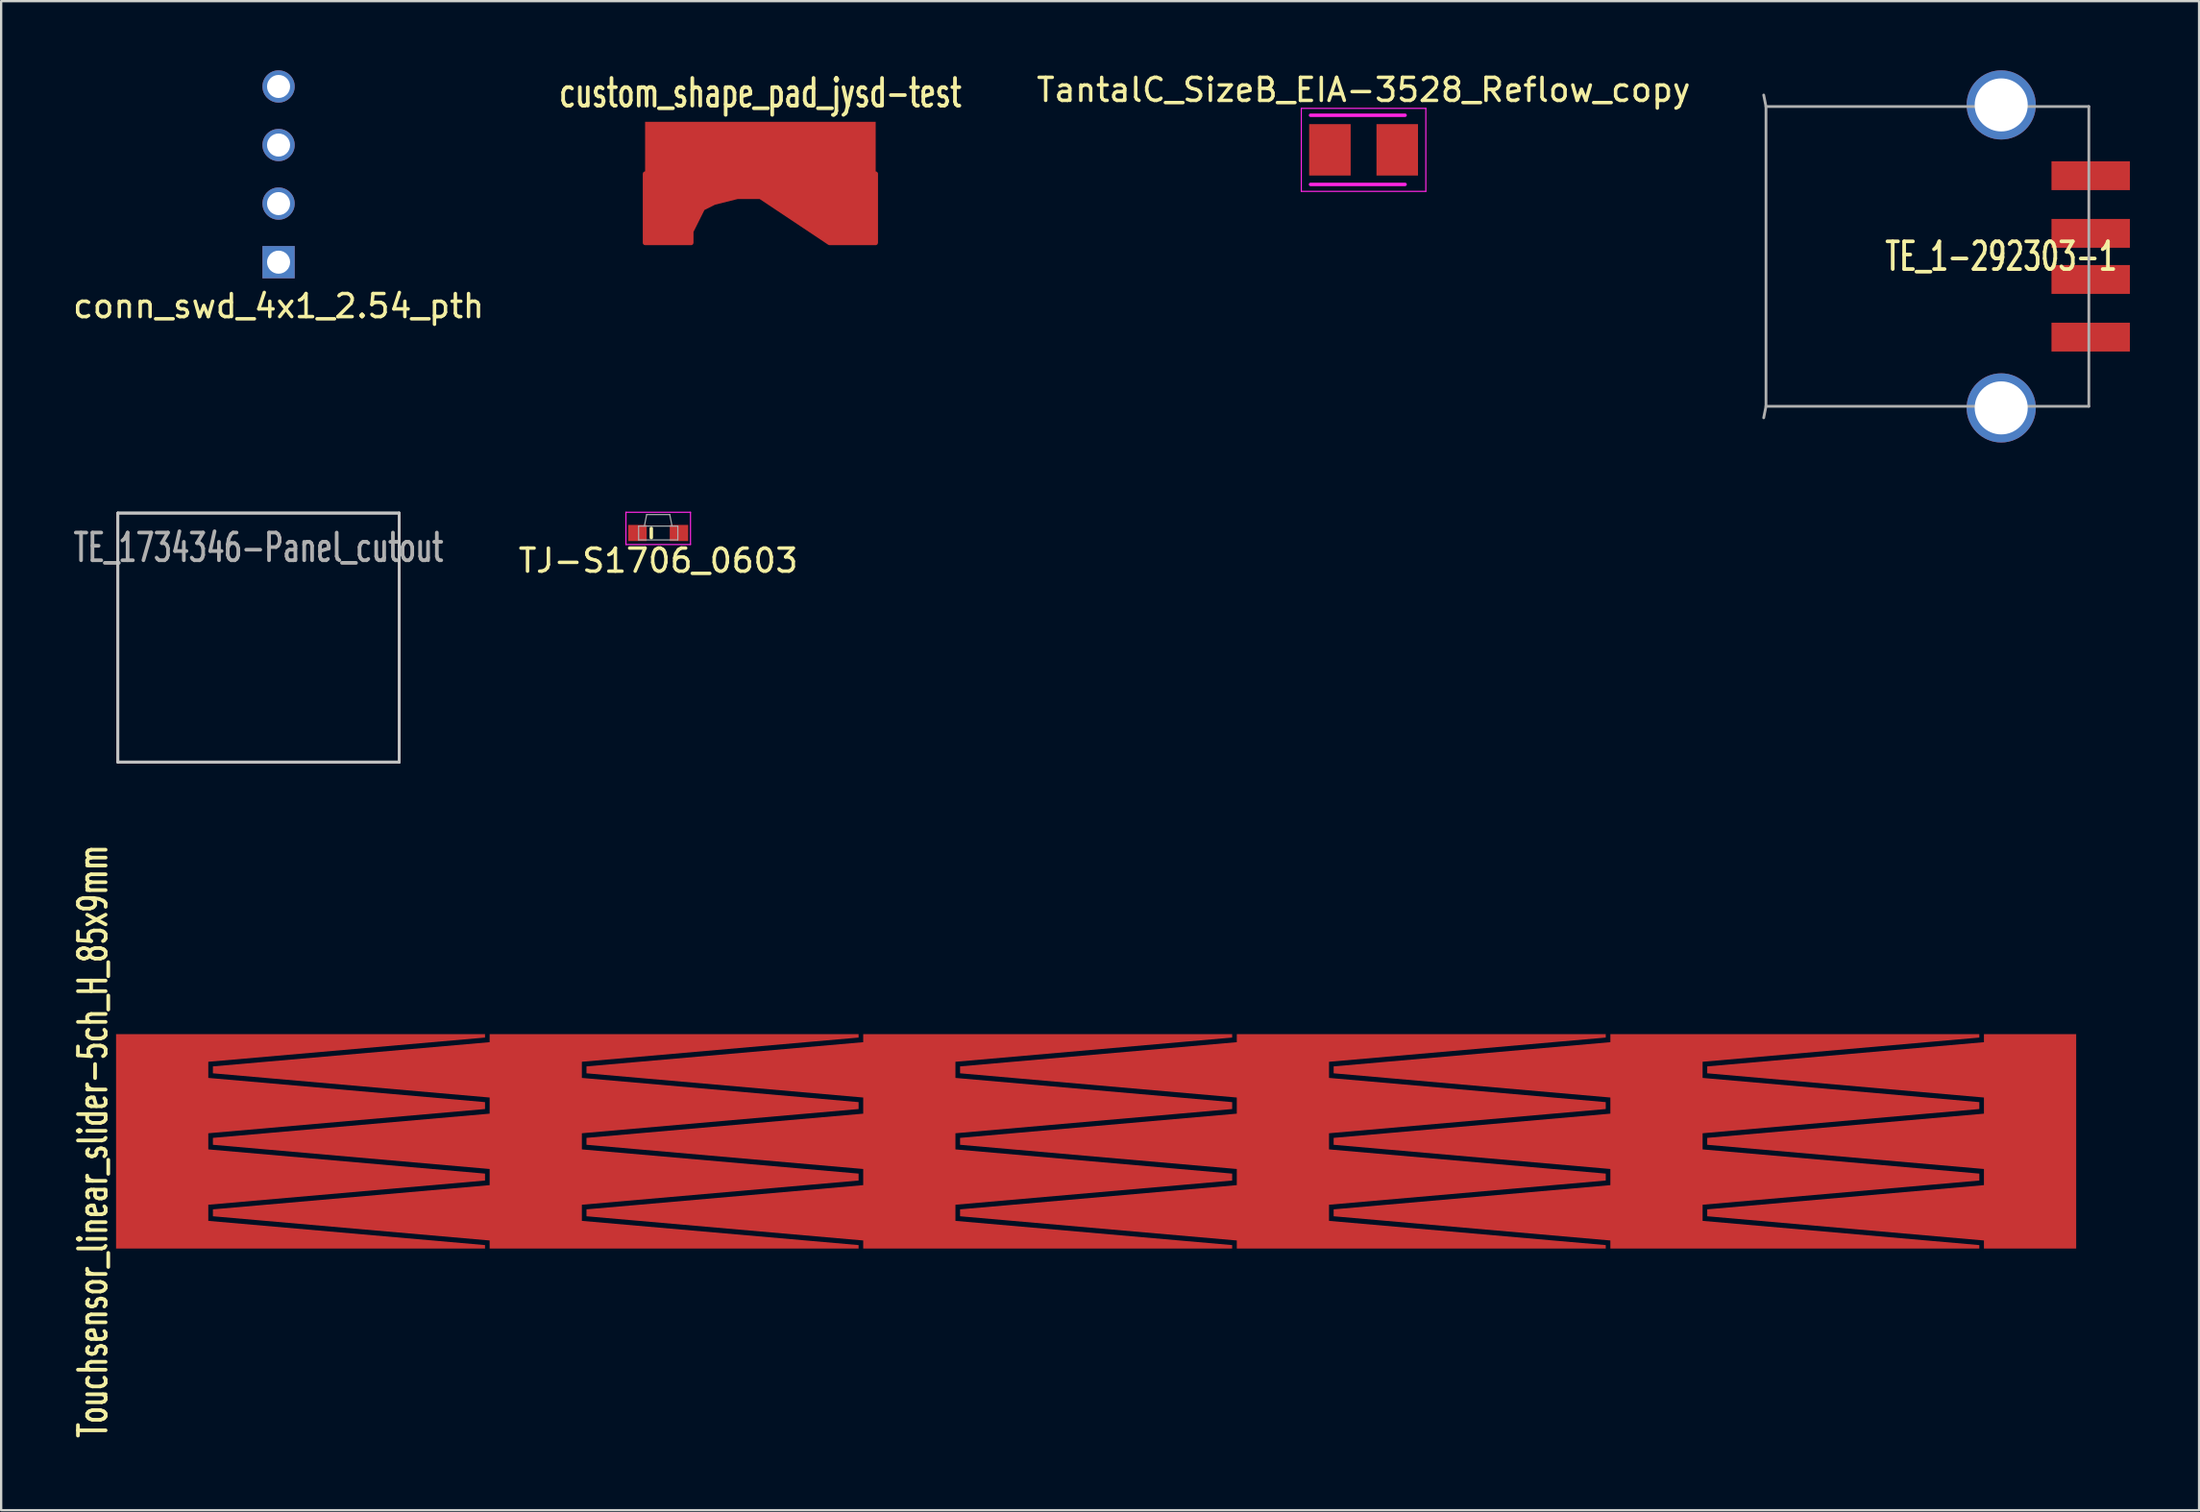
<source format=kicad_pcb>
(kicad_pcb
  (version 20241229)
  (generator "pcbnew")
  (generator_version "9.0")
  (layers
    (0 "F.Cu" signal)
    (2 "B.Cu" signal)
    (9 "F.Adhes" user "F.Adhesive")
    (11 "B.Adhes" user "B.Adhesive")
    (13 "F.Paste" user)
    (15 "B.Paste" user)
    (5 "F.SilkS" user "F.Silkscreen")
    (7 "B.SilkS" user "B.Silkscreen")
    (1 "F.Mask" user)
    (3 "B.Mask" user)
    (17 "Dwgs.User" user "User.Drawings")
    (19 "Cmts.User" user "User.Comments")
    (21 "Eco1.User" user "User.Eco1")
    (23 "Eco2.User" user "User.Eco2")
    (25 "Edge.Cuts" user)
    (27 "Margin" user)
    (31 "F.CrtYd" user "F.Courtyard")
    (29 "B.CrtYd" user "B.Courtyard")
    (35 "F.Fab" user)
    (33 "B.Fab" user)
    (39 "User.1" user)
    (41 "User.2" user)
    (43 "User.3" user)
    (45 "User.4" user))
  (footprint "TE_1734346-Panel_cutout"
    (layer "F.Cu")
    (at 8.16 30.2)
    (property "Reference" "TE_1734346-Panel_cutout" (at 0 -9.5 0) (layer "F.Fab") (effects (font (size 1.2 0.8) (thickness 0.16))))
    (attr through_hole)
    (fp_line (start -6.1 -11) (end -6.1 -0.2) (stroke (width 0.12) (type solid)) (layer "Dwgs.User"))
    (fp_line (start -6.1 -0.2) (end 6.1 -0.2) (stroke (width 0.12) (type solid)) (layer "Dwgs.User"))
    (fp_line (start 6.1 -11) (end -6.1 -11) (stroke (width 0.12) (type solid)) (layer "Dwgs.User"))
    (fp_line (start 6.1 -0.2) (end 6.1 -11) (stroke (width 0.12) (type solid)) (layer "Dwgs.User"))
    (fp_line (start -6.1 -11) (end -6.1 -0.2) (stroke (width 0.12) (type solid)) (layer "Edge.Cuts"))
    (fp_line (start -6.1 -0.2) (end 6.1 -0.2) (stroke (width 0.12) (type solid)) (layer "Edge.Cuts"))
    (fp_line (start 6.1 -11) (end -6.1 -11) (stroke (width 0.12) (type solid)) (layer "Edge.Cuts"))
    (fp_line (start 6.1 -0.2) (end 6.1 -11) (stroke (width 0.12) (type solid)) (layer "Edge.Cuts")))
  (footprint "Touchsensor_linear_slider-5ch_H_85x9mm"
    (layer "F.Cu")
    (at 44.483 46.448)
    (property "Reference" "Touchsensor_linear_slider-5ch_H_85x9mm" (at -43.5 0 90) (layer "F.SilkS") (effects (font (size 1.2 0.8) (thickness 0.16))))
    (attr through_hole)
    (pad "1" smd custom (at -40.5 0) (size 4 9.3) (layers "F.Cu") (options (anchor rect)) (primitives (gr_poly (pts (xy 2 -4.65) (xy 14 -4.65) (xy 14 -4.5) (xy 2 -3.45)) (width 0) (fill yes)) (gr_poly (pts (xy 2 -2.75) (xy 14 -1.7) (xy 14 -1.4) (xy 2 -0.35)) (width 0) (fill yes)) (gr_poly (pts (xy 2 0.35) (xy 14 1.4) (xy 14 1.7) (xy 2 2.75)) (width 0) (fill yes)) (gr_poly (pts (xy 2 3.45) (xy 14 4.5) (xy 14 4.65) (xy 2 4.65)) (width 0) (fill yes))))
    (pad "1" smd custom (at 40.5 0) (size 4 9.3) (layers "F.Cu") (options (anchor rect)) (primitives (gr_poly (pts (xy -2 -1.9) (xy -14 -2.95) (xy -14 -3.25) (xy -2 -4.3)) (width 0) (fill yes)) (gr_poly (pts (xy -2 1.2) (xy -14 0.15) (xy -14 -0.15) (xy -2 -1.2)) (width 0) (fill yes)) (gr_poly (pts (xy -2 4.3) (xy -14 3.25) (xy -14 2.95) (xy -2 1.9)) (width 0) (fill yes))))
    (pad "2" smd custom (at -24.3 0) (size 4 9.3) (layers "F.Cu") (options (anchor rect)) (primitives (gr_poly (pts (xy 2 -4.65) (xy 14 -4.65) (xy 14 -4.5) (xy 2 -3.45)) (width 0) (fill yes)) (gr_poly (pts (xy 2 -2.75) (xy 14 -1.7) (xy 14 -1.4) (xy 2 -0.35)) (width 0) (fill yes)) (gr_poly (pts (xy 2 0.35) (xy 14 1.4) (xy 14 1.7) (xy 2 2.75)) (width 0) (fill yes)) (gr_poly (pts (xy 2 3.45) (xy 14 4.5) (xy 14 4.65) (xy 2 4.65)) (width 0) (fill yes)) (gr_poly (pts (xy -2 -1.9) (xy -14 -2.95) (xy -14 -3.25) (xy -2 -4.3)) (width 0) (fill yes)) (gr_poly (pts (xy -2 1.2) (xy -14 0.15) (xy -14 -0.15) (xy -2 -1.2)) (width 0) (fill yes)) (gr_poly (pts (xy -2 4.3) (xy -14 3.25) (xy -14 2.95) (xy -2 1.9)) (width 0) (fill yes))))
    (pad "3" smd custom (at -8.1 0) (size 4 9.3) (layers "F.Cu") (options (anchor rect)) (primitives (gr_poly (pts (xy 2 -4.65) (xy 14 -4.65) (xy 14 -4.5) (xy 2 -3.45)) (width 0) (fill yes)) (gr_poly (pts (xy 2 -2.75) (xy 14 -1.7) (xy 14 -1.4) (xy 2 -0.35)) (width 0) (fill yes)) (gr_poly (pts (xy 2 0.35) (xy 14 1.4) (xy 14 1.7) (xy 2 2.75)) (width 0) (fill yes)) (gr_poly (pts (xy 2 3.45) (xy 14 4.5) (xy 14 4.65) (xy 2 4.65)) (width 0) (fill yes)) (gr_poly (pts (xy -2 -1.9) (xy -14 -2.95) (xy -14 -3.25) (xy -2 -4.3)) (width 0) (fill yes)) (gr_poly (pts (xy -2 1.2) (xy -14 0.15) (xy -14 -0.15) (xy -2 -1.2)) (width 0) (fill yes)) (gr_poly (pts (xy -2 4.3) (xy -14 3.25) (xy -14 2.95) (xy -2 1.9)) (width 0) (fill yes))))
    (pad "4" smd custom (at 8.1 0) (size 4 9.3) (layers "F.Cu") (options (anchor rect)) (primitives (gr_poly (pts (xy 2 -4.65) (xy 14 -4.65) (xy 14 -4.5) (xy 2 -3.45)) (width 0) (fill yes)) (gr_poly (pts (xy 2 -2.75) (xy 14 -1.7) (xy 14 -1.4) (xy 2 -0.35)) (width 0) (fill yes)) (gr_poly (pts (xy 2 0.35) (xy 14 1.4) (xy 14 1.7) (xy 2 2.75)) (width 0) (fill yes)) (gr_poly (pts (xy 2 3.45) (xy 14 4.5) (xy 14 4.65) (xy 2 4.65)) (width 0) (fill yes)) (gr_poly (pts (xy -2 -1.9) (xy -14 -2.95) (xy -14 -3.25) (xy -2 -4.3)) (width 0) (fill yes)) (gr_poly (pts (xy -2 1.2) (xy -14 0.15) (xy -14 -0.15) (xy -2 -1.2)) (width 0) (fill yes)) (gr_poly (pts (xy -2 4.3) (xy -14 3.25) (xy -14 2.95) (xy -2 1.9)) (width 0) (fill yes))))
    (pad "5" smd custom (at 24.3 0) (size 4 9.3) (layers "F.Cu") (options (anchor rect)) (primitives (gr_poly (pts (xy 2 -4.65) (xy 14 -4.65) (xy 14 -4.5) (xy 2 -3.45)) (width 0) (fill yes)) (gr_poly (pts (xy 2 -2.75) (xy 14 -1.7) (xy 14 -1.4) (xy 2 -0.35)) (width 0) (fill yes)) (gr_poly (pts (xy 2 0.35) (xy 14 1.4) (xy 14 1.7) (xy 2 2.75)) (width 0) (fill yes)) (gr_poly (pts (xy 2 3.45) (xy 14 4.5) (xy 14 4.65) (xy 2 4.65)) (width 0) (fill yes)) (gr_poly (pts (xy -2 -1.9) (xy -14 -2.95) (xy -14 -3.25) (xy -2 -4.3)) (width 0) (fill yes)) (gr_poly (pts (xy -2 1.2) (xy -14 0.15) (xy -14 -0.15) (xy -2 -1.2)) (width 0) (fill yes)) (gr_poly (pts (xy -2 4.3) (xy -14 3.25) (xy -14 2.95) (xy -2 1.9)) (width 0) (fill yes)))))
  (footprint "custom_shape_pad_jysd-test"
    (layer "F.Cu")
    (at 29.924 7.483)
    (property "Reference" "custom_shape_pad_jysd-test" (at 0 -6.5 0) (unlocked yes) (layer "F.SilkS") (effects (font (size 1.2 0.8) (thickness 0.16))))
    (attr smd)
    (pad "1" smd custom (at 0 -4) (size 10 2.5) (layers "F.Cu" "F.Mask" "F.Paste") (options (anchor rect)) (primitives (gr_poly (pts (xy -5 1) (xy -5 4) (xy -3 4) (xy -3 3.5) (xy -2.5 2.5) (xy -2 2.25) (xy -1 2) (xy 0 2) (xy 3 4) (xy 5 4) (xy 5 1)) (width 0.2) (fill yes)))))
  (footprint "TantalC_SizeB_EIA-3528_Reflow_copy"
    (layer "F.Cu")
    (at 56.081 3.448)
    (property "Reference" "TantalC_SizeB_EIA-3528_Reflow_copy" (at 0 -2.6 0) (layer "F.SilkS") (effects (font (size 1 1) (thickness 0.15))))
    (attr smd)
    (fp_line (start -2.7 -1.8) (end -2.7 1.8) (stroke (width 0.05) (type solid)) (layer "F.CrtYd"))
    (fp_line (start -2.7 1.8) (end 2.7 1.8) (stroke (width 0.05) (type solid)) (layer "F.CrtYd"))
    (fp_line (start 1.8 -1.5) (end -2.3 -1.5) (stroke (width 0.15) (type solid)) (layer "F.CrtYd"))
    (fp_line (start 1.8 1.5) (end -2.3 1.5) (stroke (width 0.15) (type solid)) (layer "F.CrtYd"))
    (fp_line (start 2.7 -1.8) (end -2.7 -1.8) (stroke (width 0.05) (type solid)) (layer "F.CrtYd"))
    (fp_line (start 2.7 1.8) (end 2.7 -1.8) (stroke (width 0.05) (type solid)) (layer "F.CrtYd"))
    (pad "1" smd rect (at -1.46 0) (size 1.8 2.23) (layers "F.Cu" "F.Mask" "F.Paste"))
    (pad "2" smd rect (at 1.46 0) (size 1.8 2.23) (layers "F.Cu" "F.Mask" "F.Paste")))
  (footprint "TJ-S1706_0603"
    (layer "F.Cu")
    (at 25.493 20.065)
    (property "Reference" "TJ-S1706_0603" (at 0 1.2 0) (layer "F.SilkS") (effects (font (size 1 1) (thickness 0.15))))
    (attr smd)
    (fp_line (start -0.3 -0.2) (end -0.3 0.2) (stroke (width 0.15) (type solid)) (layer "F.SilkS"))
    (fp_line (start -1.4 -0.9) (end 1.4 -0.9) (stroke (width 0.05) (type solid)) (layer "F.CrtYd"))
    (fp_line (start -1.4 0.5) (end -1.4 -0.9) (stroke (width 0.05) (type solid)) (layer "F.CrtYd"))
    (fp_line (start 1.4 -0.9) (end 1.4 0.5) (stroke (width 0.05) (type solid)) (layer "F.CrtYd"))
    (fp_line (start 1.4 0.5) (end -1.4 0.5) (stroke (width 0.05) (type solid)) (layer "F.CrtYd"))
    (fp_line (start -0.85 -0.3) (end 0.85 -0.3) (stroke (width 0.05) (type solid)) (layer "F.Fab"))
    (fp_line (start -0.85 0.3) (end -0.85 -0.3) (stroke (width 0.05) (type solid)) (layer "F.Fab"))
    (fp_line (start -0.6 -0.3) (end -0.5 -0.8) (stroke (width 0.05) (type solid)) (layer "F.Fab"))
    (fp_line (start -0.5 -0.8) (end 0.5 -0.8) (stroke (width 0.05) (type solid)) (layer "F.Fab"))
    (fp_line (start 0.5 -0.8) (end 0.6 -0.3) (stroke (width 0.05) (type solid)) (layer "F.Fab"))
    (fp_line (start 0.85 -0.3) (end 0.85 0.3) (stroke (width 0.05) (type solid)) (layer "F.Fab"))
    (fp_line (start 0.85 0.3) (end -0.85 0.3) (stroke (width 0.05) (type solid)) (layer "F.Fab"))
    (pad "1" smd rect (at -0.9 0) (size 0.8 0.7) (layers "F.Cu" "F.Mask" "F.Paste"))
    (pad "2" smd rect (at 0.9 0) (size 0.8 0.7) (layers "F.Cu" "F.Mask" "F.Paste")))
  (footprint "TE_1-292303-1"
    (layer "F.Cu")
    (at 83.732 8.07)
    (property "Reference" "TE_1-292303-1" (at 0 0 0) (layer "F.SilkS") (effects (font (size 1.2 0.8) (thickness 0.16))))
    (attr through_hole)
    (fp_line (start -10.2 -6.5) (end -10.3 -7) (stroke (width 0.12) (type solid)) (layer "F.Fab"))
    (fp_line (start -10.2 -6.5) (end -10.2 6.5) (stroke (width 0.12) (type solid)) (layer "F.Fab"))
    (fp_line (start -10.2 -6.5) (end 3.8 -6.5) (stroke (width 0.12) (type solid)) (layer "F.Fab"))
    (fp_line (start -10.2 6.5) (end -10.3 7) (stroke (width 0.12) (type solid)) (layer "F.Fab"))
    (fp_line (start -10.2 6.5) (end 3.8 6.5) (stroke (width 0.12) (type solid)) (layer "F.Fab"))
    (fp_line (start 3.8 -6.5) (end 3.8 6.5) (stroke (width 0.12) (type solid)) (layer "F.Fab"))
    (pad "1" smd rect (at 3.88 -3.5) (size 3.4 1.25) (layers "F.Cu" "F.Mask" "F.Paste"))
    (pad "2" smd rect (at 3.88 -1) (size 3.4 1.25) (layers "F.Cu" "F.Mask" "F.Paste"))
    (pad "3" smd rect (at 3.88 1) (size 3.4 1.25) (layers "F.Cu" "F.Mask" "F.Paste"))
    (pad "4" smd rect (at 3.88 3.5) (size 3.4 1.25) (layers "F.Cu" "F.Mask" "F.Paste"))
    (pad "S1" thru_hole circle (at 0 -6.57) (size 3 3) (drill 2.3) (layers "*.Cu" "*.Mask"))
    (pad "S2" thru_hole circle (at 0 6.57) (size 3 3) (drill 2.3) (layers "*.Cu" "*.Mask")))
  (footprint "conn_swd_4x1_2.54_pth"
    (layer "F.Cu")
    (at 9.03 4.51)
    (property "Reference" "conn_swd_4x1_2.54_pth" (at 0 5.715 0) (layer "F.SilkS") (effects (font (size 1 1) (thickness 0.15))))
    (attr through_hole)
    (pad "1" thru_hole rect (at 0 3.81) (size 1.4 1.4) (drill 1) (layers "*.Cu" "*.Mask"))
    (pad "2" thru_hole circle (at 0 1.27) (size 1.4 1.4) (drill 1) (layers "*.Cu" "*.Mask"))
    (pad "3" thru_hole circle (at 0 -1.27) (size 1.4 1.4) (drill 1) (layers "*.Cu" "*.Mask"))
    (pad "4" thru_hole circle (at 0 -3.81) (size 1.4 1.4) (drill 1) (layers "*.Cu" "*.Mask")))
  (gr_rect
    (start -3 -3)
    (end 92.312 62.446)
    (stroke (width 0.1) (type default))
    (fill no)
    (layer "Edge.Cuts")))
</source>
